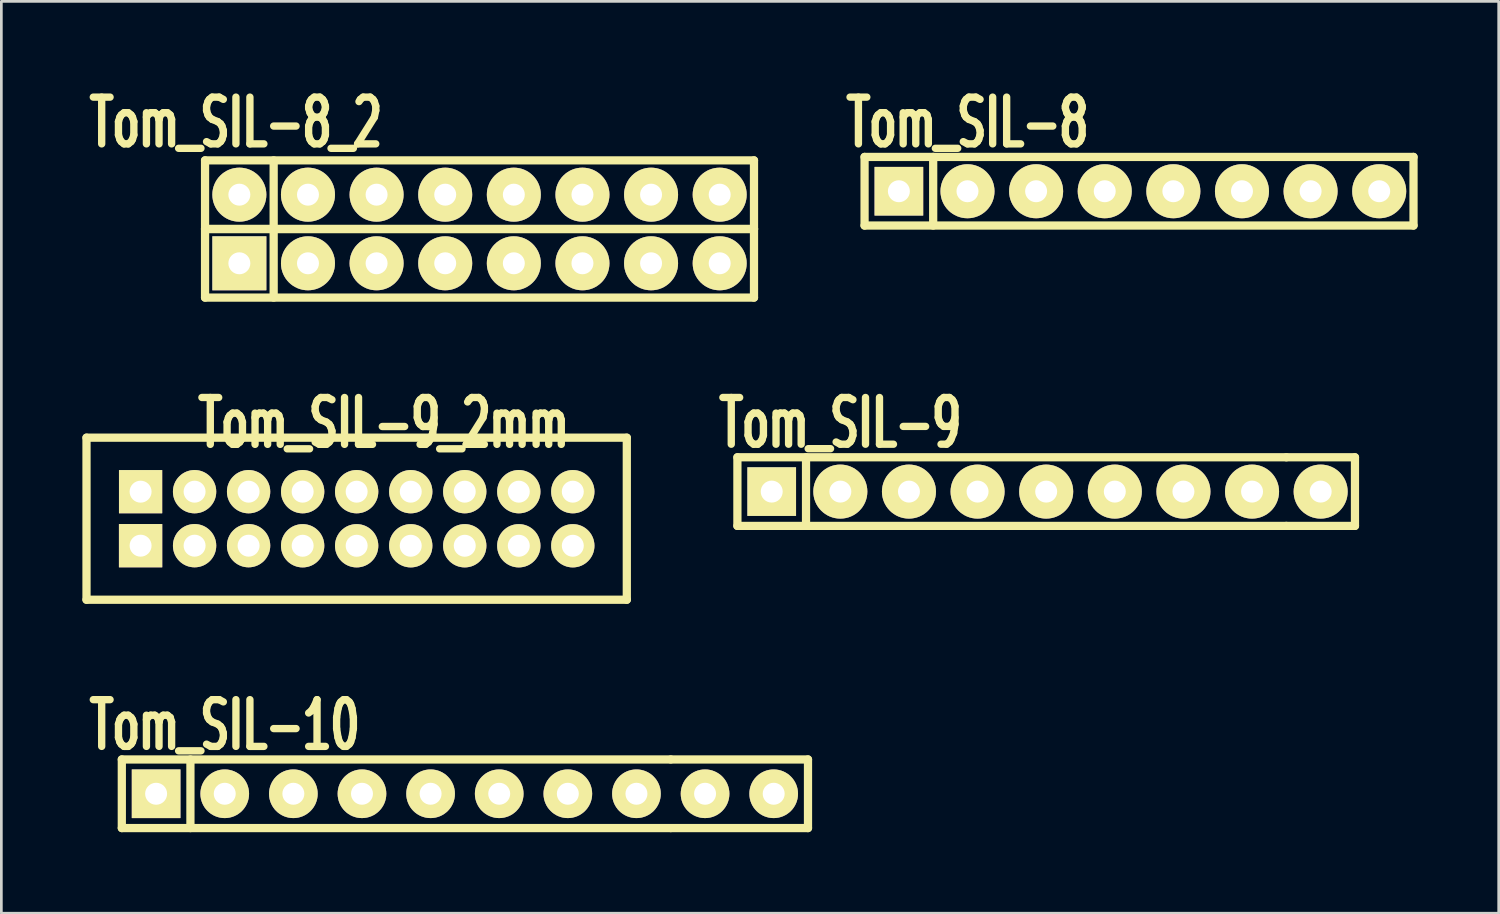
<source format=kicad_pcb>
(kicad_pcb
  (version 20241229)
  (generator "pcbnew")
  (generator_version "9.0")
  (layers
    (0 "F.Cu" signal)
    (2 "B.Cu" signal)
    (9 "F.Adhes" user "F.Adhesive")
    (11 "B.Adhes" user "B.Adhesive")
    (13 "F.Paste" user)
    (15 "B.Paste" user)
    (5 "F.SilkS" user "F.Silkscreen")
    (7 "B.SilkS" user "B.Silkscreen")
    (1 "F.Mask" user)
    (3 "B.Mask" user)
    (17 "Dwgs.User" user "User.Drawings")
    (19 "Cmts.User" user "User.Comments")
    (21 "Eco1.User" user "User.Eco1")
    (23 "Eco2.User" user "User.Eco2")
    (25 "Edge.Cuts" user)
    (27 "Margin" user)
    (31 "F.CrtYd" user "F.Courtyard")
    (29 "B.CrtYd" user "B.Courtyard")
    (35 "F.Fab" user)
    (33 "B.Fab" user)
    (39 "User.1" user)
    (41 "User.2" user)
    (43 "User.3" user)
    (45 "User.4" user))
  (footprint "Tom_SIL-8"
    (layer "F.Cu")
    (at 39.113 4.029)
    (property "Reference" "Tom_SIL-8" (at -6.35 -2.54 0) (layer "F.SilkS") (effects (font (size 1.73 1.087) (thickness 0.272))))
    (attr through_hole)
    (fp_line (start -10.16 -1.27) (end 10.16 -1.27) (stroke (width 0.305) (type solid)) (layer "F.SilkS"))
    (fp_line (start -10.16 1.27) (end -10.16 -1.27) (stroke (width 0.305) (type solid)) (layer "F.SilkS"))
    (fp_line (start -7.62 1.27) (end -7.62 -1.27) (stroke (width 0.305) (type solid)) (layer "F.SilkS"))
    (fp_line (start 10.16 -1.27) (end 10.16 1.27) (stroke (width 0.305) (type solid)) (layer "F.SilkS"))
    (fp_line (start 10.16 1.27) (end -10.16 1.27) (stroke (width 0.305) (type solid)) (layer "F.SilkS"))
    (pad "1" thru_hole rect (at -8.89 0) (size 1.801 1.801) (drill 0.813) (layers "*.Cu" "*.Mask" "F.SilkS"))
    (pad "2" thru_hole circle (at -6.35 0) (size 2 2) (drill 0.813) (layers "*.Cu" "*.Mask" "F.SilkS"))
    (pad "3" thru_hole circle (at -3.81 0) (size 2 2) (drill 0.813) (layers "*.Cu" "*.Mask" "F.SilkS"))
    (pad "4" thru_hole circle (at -1.27 0) (size 2 2) (drill 0.813) (layers "*.Cu" "*.Mask" "F.SilkS"))
    (pad "5" thru_hole circle (at 1.27 0) (size 2 2) (drill 0.813) (layers "*.Cu" "*.Mask" "F.SilkS"))
    (pad "6" thru_hole circle (at 3.81 0) (size 2 2) (drill 0.813) (layers "*.Cu" "*.Mask" "F.SilkS"))
    (pad "7" thru_hole circle (at 6.35 0) (size 2 2) (drill 0.813) (layers "*.Cu" "*.Mask" "F.SilkS"))
    (pad "8" thru_hole circle (at 8.89 0) (size 2 2) (drill 0.813) (layers "*.Cu" "*.Mask" "F.SilkS")))
  (footprint "Tom_SIL-10"
    (layer "F.Cu")
    (at 11.619 26.332)
    (property "Reference" "Tom_SIL-10" (at -6.35 -2.54 0) (layer "F.SilkS") (effects (font (size 1.73 1.087) (thickness 0.272))))
    (attr through_hole)
    (fp_line (start -10.16 -1.27) (end 10.16 -1.27) (stroke (width 0.305) (type solid)) (layer "F.SilkS"))
    (fp_line (start -10.16 1.27) (end -10.16 -1.27) (stroke (width 0.305) (type solid)) (layer "F.SilkS"))
    (fp_line (start -7.62 1.27) (end -7.62 -1.27) (stroke (width 0.305) (type solid)) (layer "F.SilkS"))
    (fp_line (start 10.16 -1.27) (end 15.24 -1.27) (stroke (width 0.305) (type solid)) (layer "F.SilkS"))
    (fp_line (start 10.16 1.27) (end -10.16 1.27) (stroke (width 0.305) (type solid)) (layer "F.SilkS"))
    (fp_line (start 10.16 1.27) (end 15.24 1.27) (stroke (width 0.305) (type solid)) (layer "F.SilkS"))
    (fp_line (start 15.24 -1.27) (end 15.24 1.27) (stroke (width 0.305) (type solid)) (layer "F.SilkS"))
    (pad "1" thru_hole rect (at -8.89 0) (size 1.801 1.801) (drill 0.813) (layers "*.Cu" "*.Mask" "F.SilkS"))
    (pad "2" thru_hole circle (at -6.35 0) (size 1.801 1.801) (drill 0.813) (layers "*.Cu" "*.Mask" "F.SilkS"))
    (pad "3" thru_hole circle (at -3.81 0) (size 1.801 1.801) (drill 0.813) (layers "*.Cu" "*.Mask" "F.SilkS"))
    (pad "4" thru_hole circle (at -1.27 0) (size 1.801 1.801) (drill 0.813) (layers "*.Cu" "*.Mask" "F.SilkS"))
    (pad "5" thru_hole circle (at 1.27 0) (size 1.801 1.801) (drill 0.813) (layers "*.Cu" "*.Mask" "F.SilkS"))
    (pad "6" thru_hole circle (at 3.81 0) (size 1.801 1.801) (drill 0.813) (layers "*.Cu" "*.Mask" "F.SilkS"))
    (pad "7" thru_hole circle (at 6.35 0) (size 1.801 1.801) (drill 0.813) (layers "*.Cu" "*.Mask" "F.SilkS"))
    (pad "8" thru_hole circle (at 8.89 0) (size 1.801 1.801) (drill 0.813) (layers "*.Cu" "*.Mask" "F.SilkS"))
    (pad "9" thru_hole circle (at 11.43 0) (size 1.801 1.801) (drill 0.813) (layers "*.Cu" "*.Mask" "F.SilkS"))
    (pad "10" thru_hole circle (at 13.97 0) (size 1.801 1.801) (drill 0.813) (layers "*.Cu" "*.Mask" "F.SilkS")))
  (footprint "Tom_SIL-9_2mm"
    (layer "F.Cu")
    (at 11.153 15.15)
    (property "Reference" "Tom_SIL-9_2mm" (at 0 -2.54 0) (layer "F.SilkS") (effects (font (size 1.735 1.087) (thickness 0.272))))
    (attr through_hole)
    (fp_line (start -11.001 -1.999) (end -11.001 4) (stroke (width 0.305) (type solid)) (layer "F.SilkS"))
    (fp_line (start -11.001 4) (end 8.999 4) (stroke (width 0.305) (type solid)) (layer "F.SilkS"))
    (fp_line (start 8.999 -1.999) (end -11.001 -1.999) (stroke (width 0.305) (type solid)) (layer "F.SilkS"))
    (fp_line (start 8.999 4) (end 8.999 -1.999) (stroke (width 0.305) (type solid)) (layer "F.SilkS"))
    (pad "1" thru_hole rect (at -8.999 0) (size 1.6 1.6) (drill 0.813) (layers "*.Cu" "*.Mask" "F.SilkS"))
    (pad "1" thru_hole rect (at -8.999 1.999) (size 1.603 1.603) (drill 0.813) (layers "*.Cu" "*.Mask" "F.SilkS"))
    (pad "2" thru_hole circle (at -7 0) (size 1.603 1.603) (drill 0.813) (layers "*.Cu" "*.Mask" "F.SilkS"))
    (pad "2" thru_hole circle (at -7 1.999) (size 1.603 1.603) (drill 0.813) (layers "*.Cu" "*.Mask" "F.SilkS"))
    (pad "3" thru_hole circle (at -5.001 0) (size 1.603 1.603) (drill 0.813) (layers "*.Cu" "*.Mask" "F.SilkS"))
    (pad "3" thru_hole circle (at -5.001 1.999) (size 1.603 1.603) (drill 0.813) (layers "*.Cu" "*.Mask" "F.SilkS"))
    (pad "4" thru_hole circle (at -3 0) (size 1.603 1.603) (drill 0.813) (layers "*.Cu" "*.Mask" "F.SilkS"))
    (pad "4" thru_hole circle (at -3 2.002) (size 1.603 1.603) (drill 0.813) (layers "*.Cu" "*.Mask" "F.SilkS"))
    (pad "5" thru_hole circle (at -1.001 0) (size 1.603 1.603) (drill 0.813) (layers "*.Cu" "*.Mask" "F.SilkS"))
    (pad "5" thru_hole circle (at -1.001 2.002) (size 1.603 1.603) (drill 0.813) (layers "*.Cu" "*.Mask" "F.SilkS"))
    (pad "6" thru_hole circle (at 1.001 0) (size 1.603 1.603) (drill 0.813) (layers "*.Cu" "*.Mask" "F.SilkS"))
    (pad "6" thru_hole circle (at 1.001 2.002) (size 1.603 1.603) (drill 0.813) (layers "*.Cu" "*.Mask" "F.SilkS"))
    (pad "7" thru_hole circle (at 3 0) (size 1.603 1.603) (drill 0.813) (layers "*.Cu" "*.Mask" "F.SilkS"))
    (pad "7" thru_hole circle (at 3 2.002) (size 1.603 1.603) (drill 0.813) (layers "*.Cu" "*.Mask" "F.SilkS"))
    (pad "8" thru_hole circle (at 5.001 0) (size 1.603 1.603) (drill 0.813) (layers "*.Cu" "*.Mask" "F.SilkS"))
    (pad "8" thru_hole circle (at 5.001 2.002) (size 1.603 1.603) (drill 0.813) (layers "*.Cu" "*.Mask" "F.SilkS"))
    (pad "9" thru_hole circle (at 7 0) (size 1.603 1.603) (drill 0.813) (layers "*.Cu" "*.Mask" "F.SilkS"))
    (pad "9" thru_hole circle (at 7 2.002) (size 1.603 1.603) (drill 0.813) (layers "*.Cu" "*.Mask" "F.SilkS")))
  (footprint "Tom_SIL-8_2"
    (layer "F.Cu")
    (at 14.7 6.696)
    (property "Reference" "Tom_SIL-8_2" (at -9.017 -5.207 0) (layer "F.SilkS") (effects (font (size 1.73 1.087) (thickness 0.272))))
    (attr through_hole)
    (fp_line (start -10.16 -3.81) (end 10.16 -3.81) (stroke (width 0.305) (type solid)) (layer "F.SilkS"))
    (fp_line (start -10.16 -1.27) (end -10.16 -3.81) (stroke (width 0.305) (type solid)) (layer "F.SilkS"))
    (fp_line (start -10.16 -1.27) (end 10.16 -1.27) (stroke (width 0.305) (type solid)) (layer "F.SilkS"))
    (fp_line (start -10.16 1.27) (end -10.16 -1.27) (stroke (width 0.305) (type solid)) (layer "F.SilkS"))
    (fp_line (start -7.62 -1.27) (end -7.62 -3.81) (stroke (width 0.305) (type solid)) (layer "F.SilkS"))
    (fp_line (start -7.62 1.27) (end -7.62 -1.27) (stroke (width 0.305) (type solid)) (layer "F.SilkS"))
    (fp_line (start 10.16 -3.81) (end 10.16 -1.27) (stroke (width 0.305) (type solid)) (layer "F.SilkS"))
    (fp_line (start 10.16 -1.27) (end -10.16 -1.27) (stroke (width 0.305) (type solid)) (layer "F.SilkS"))
    (fp_line (start 10.16 -1.27) (end 10.16 1.27) (stroke (width 0.305) (type solid)) (layer "F.SilkS"))
    (fp_line (start 10.16 1.27) (end -10.16 1.27) (stroke (width 0.305) (type solid)) (layer "F.SilkS"))
    (pad "1" thru_hole rect (at -8.89 0) (size 1.999 1.999) (drill 0.813) (layers "*.Cu" "*.Mask" "F.SilkS"))
    (pad "2" thru_hole circle (at -8.89 -2.54) (size 1.999 1.999) (drill 0.813) (layers "*.Cu" "*.Mask" "F.SilkS"))
    (pad "3" thru_hole circle (at -6.35 0) (size 1.999 1.999) (drill 0.813) (layers "*.Cu" "*.Mask" "F.SilkS"))
    (pad "4" thru_hole circle (at -6.35 -2.54) (size 2 2) (drill 0.813) (layers "*.Cu" "*.Mask" "F.SilkS"))
    (pad "5" thru_hole circle (at -3.81 0) (size 1.999 1.999) (drill 0.813) (layers "*.Cu" "*.Mask" "F.SilkS"))
    (pad "6" thru_hole circle (at -3.81 -2.54) (size 1.999 1.999) (drill 0.813) (layers "*.Cu" "*.Mask" "F.SilkS"))
    (pad "7" thru_hole circle (at -1.27 0) (size 1.999 1.999) (drill 0.813) (layers "*.Cu" "*.Mask" "F.SilkS"))
    (pad "8" thru_hole circle (at -1.27 -2.54) (size 1.999 1.999) (drill 0.813) (layers "*.Cu" "*.Mask" "F.SilkS"))
    (pad "9" thru_hole circle (at 1.27 0) (size 1.999 1.999) (drill 0.813) (layers "*.Cu" "*.Mask" "F.SilkS"))
    (pad "10" thru_hole circle (at 1.27 -2.54) (size 1.999 1.999) (drill 0.813) (layers "*.Cu" "*.Mask" "F.SilkS"))
    (pad "11" thru_hole circle (at 3.81 0) (size 1.999 1.999) (drill 0.813) (layers "*.Cu" "*.Mask" "F.SilkS"))
    (pad "12" thru_hole circle (at 3.81 -2.54) (size 1.999 1.999) (drill 0.813) (layers "*.Cu" "*.Mask" "F.SilkS"))
    (pad "13" thru_hole circle (at 6.35 0) (size 1.999 1.999) (drill 0.813) (layers "*.Cu" "*.Mask" "F.SilkS"))
    (pad "14" thru_hole circle (at 6.35 -2.54) (size 1.999 1.999) (drill 0.813) (layers "*.Cu" "*.Mask" "F.SilkS"))
    (pad "15" thru_hole circle (at 8.89 0) (size 1.999 1.999) (drill 0.813) (layers "*.Cu" "*.Mask" "F.SilkS"))
    (pad "16" thru_hole circle (at 8.89 -2.54) (size 1.999 1.999) (drill 0.813) (layers "*.Cu" "*.Mask" "F.SilkS")))
  (footprint "Tom_SIL-9"
    (layer "F.Cu")
    (at 34.406 15.147)
    (property "Reference" "Tom_SIL-9" (at -6.35 -2.54 0) (layer "F.SilkS") (effects (font (size 1.73 1.087) (thickness 0.272))))
    (attr through_hole)
    (fp_line (start -10.16 -1.27) (end 10.16 -1.27) (stroke (width 0.305) (type solid)) (layer "F.SilkS"))
    (fp_line (start -10.16 1.27) (end -10.16 -1.27) (stroke (width 0.305) (type solid)) (layer "F.SilkS"))
    (fp_line (start -7.62 1.27) (end -7.62 -1.27) (stroke (width 0.305) (type solid)) (layer "F.SilkS"))
    (fp_line (start 10.16 -1.27) (end 12.7 -1.27) (stroke (width 0.305) (type solid)) (layer "F.SilkS"))
    (fp_line (start 10.16 1.27) (end -10.16 1.27) (stroke (width 0.305) (type solid)) (layer "F.SilkS"))
    (fp_line (start 10.16 1.27) (end 12.7 1.27) (stroke (width 0.305) (type solid)) (layer "F.SilkS"))
    (fp_line (start 12.7 -1.27) (end 12.7 1.27) (stroke (width 0.305) (type solid)) (layer "F.SilkS"))
    (pad "1" thru_hole rect (at -8.89 0) (size 1.801 1.801) (drill 0.813) (layers "*.Cu" "*.Mask" "F.SilkS"))
    (pad "2" thru_hole circle (at -6.35 0) (size 2 2) (drill 0.813) (layers "*.Cu" "*.Mask" "F.SilkS"))
    (pad "3" thru_hole circle (at -3.81 0) (size 2 2) (drill 0.813) (layers "*.Cu" "*.Mask" "F.SilkS"))
    (pad "4" thru_hole circle (at -1.27 0) (size 2 2) (drill 0.813) (layers "*.Cu" "*.Mask" "F.SilkS"))
    (pad "5" thru_hole circle (at 1.27 0) (size 2 2) (drill 0.813) (layers "*.Cu" "*.Mask" "F.SilkS"))
    (pad "6" thru_hole circle (at 3.81 0) (size 2 2) (drill 0.813) (layers "*.Cu" "*.Mask" "F.SilkS"))
    (pad "7" thru_hole circle (at 6.35 0) (size 2 2) (drill 0.813) (layers "*.Cu" "*.Mask" "F.SilkS"))
    (pad "8" thru_hole circle (at 8.89 0) (size 2 2) (drill 0.813) (layers "*.Cu" "*.Mask" "F.SilkS"))
    (pad "9" thru_hole circle (at 11.43 0) (size 2 2) (drill 0.813) (layers "*.Cu" "*.Mask" "F.SilkS")))
  (gr_rect
    (start -3 -3)
    (end 52.426 30.754)
    (stroke (width 0.1) (type default))
    (fill no)
    (layer "Edge.Cuts")))
</source>
